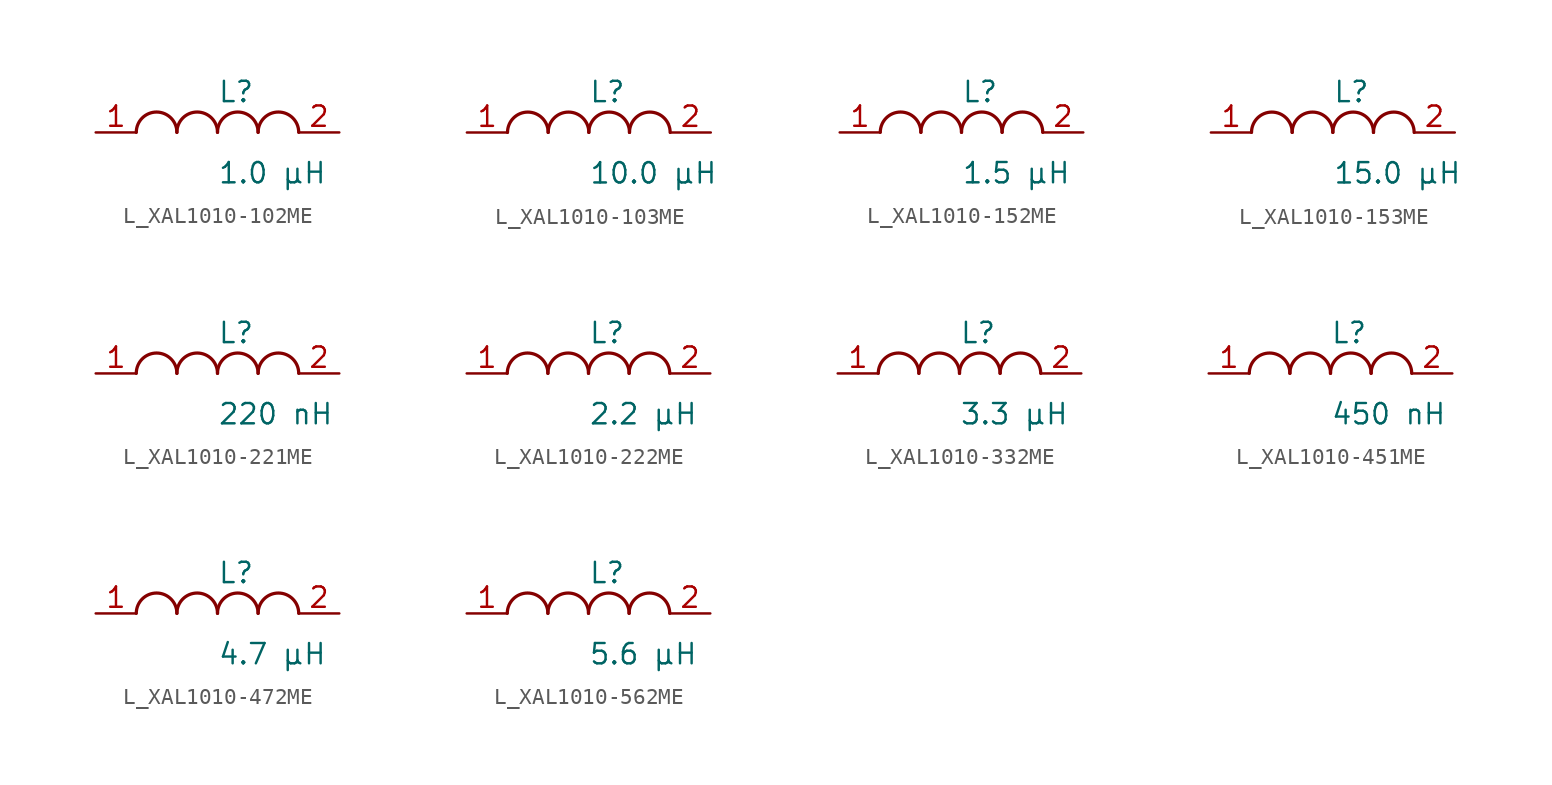
<source format=kicad_sym>
(kicad_symbol_lib
  (version 20231120)
  (generator kicad_symbol_editor)
  (generator_version 8.0)
  (symbol "L_XAL1010-102ME"
    (pin_names
      (offset 0.254))
    (property "Reference" "L"
      (at 0.0 2.54 0)
      (effects (font (size 1.27 1.27)) (justify left)))
    (property "Value" "1.0 µH"
      (at 0.0 -2.54 0)
      (effects (font (size 1.27 1.27)) (justify left)))
    (symbol "L_XAL1010-102ME_1_1"
      (arc (start -2.54 0.0056) (mid -3.81 1.27) (end -5.08 0.0056) (stroke (width 0.2032) (type default)) (fill (type none)))
      (arc (start 0 0.0056) (mid -1.27 1.27) (end -2.54 0.0056) (stroke (width 0.2032) (type default)) (fill (type none)))
      (arc (start 2.54 0.0056) (mid 1.27 1.27) (end 0 0.0056) (stroke (width 0.2032) (type default)) (fill (type none)))
      (arc (start 5.08 0.0056) (mid 3.81 1.27) (end 2.54 0.0056) (stroke (width 0.2032) (type default)) (fill (type none)))
      (pin unspecified line (at -7.62 0 0) (length 2.54) (name "" (effects (font (size 1.27 1.27)))) (number "1" (effects (font (size 1.27 1.27)))))
      (pin unspecified line (at 7.62 0 180) (length 2.54) (name "" (effects (font (size 1.27 1.27)))) (number "2" (effects (font (size 1.27 1.27)))))))
  (symbol "L_XAL1010-103ME"
    (pin_names
      (offset 0.254))
    (property "Reference" "L"
      (at 0.0 2.54 0)
      (effects (font (size 1.27 1.27)) (justify left)))
    (property "Value" "10.0 µH"
      (at 0.0 -2.54 0)
      (effects (font (size 1.27 1.27)) (justify left)))
    (symbol "L_XAL1010-103ME_1_1"
      (arc (start -2.54 0.0056) (mid -3.81 1.27) (end -5.08 0.0056) (stroke (width 0.2032) (type default)) (fill (type none)))
      (arc (start 0 0.0056) (mid -1.27 1.27) (end -2.54 0.0056) (stroke (width 0.2032) (type default)) (fill (type none)))
      (arc (start 2.54 0.0056) (mid 1.27 1.27) (end 0 0.0056) (stroke (width 0.2032) (type default)) (fill (type none)))
      (arc (start 5.08 0.0056) (mid 3.81 1.27) (end 2.54 0.0056) (stroke (width 0.2032) (type default)) (fill (type none)))
      (pin unspecified line (at -7.62 0 0) (length 2.54) (name "" (effects (font (size 1.27 1.27)))) (number "1" (effects (font (size 1.27 1.27)))))
      (pin unspecified line (at 7.62 0 180) (length 2.54) (name "" (effects (font (size 1.27 1.27)))) (number "2" (effects (font (size 1.27 1.27)))))))
  (symbol "L_XAL1010-152ME"
    (pin_names
      (offset 0.254))
    (property "Reference" "L"
      (at 0.0 2.54 0)
      (effects (font (size 1.27 1.27)) (justify left)))
    (property "Value" "1.5 µH"
      (at 0.0 -2.54 0)
      (effects (font (size 1.27 1.27)) (justify left)))
    (symbol "L_XAL1010-152ME_1_1"
      (arc (start -2.54 0.0056) (mid -3.81 1.27) (end -5.08 0.0056) (stroke (width 0.2032) (type default)) (fill (type none)))
      (arc (start 0 0.0056) (mid -1.27 1.27) (end -2.54 0.0056) (stroke (width 0.2032) (type default)) (fill (type none)))
      (arc (start 2.54 0.0056) (mid 1.27 1.27) (end 0 0.0056) (stroke (width 0.2032) (type default)) (fill (type none)))
      (arc (start 5.08 0.0056) (mid 3.81 1.27) (end 2.54 0.0056) (stroke (width 0.2032) (type default)) (fill (type none)))
      (pin unspecified line (at -7.62 0 0) (length 2.54) (name "" (effects (font (size 1.27 1.27)))) (number "1" (effects (font (size 1.27 1.27)))))
      (pin unspecified line (at 7.62 0 180) (length 2.54) (name "" (effects (font (size 1.27 1.27)))) (number "2" (effects (font (size 1.27 1.27)))))))
  (symbol "L_XAL1010-153ME"
    (pin_names
      (offset 0.254))
    (property "Reference" "L"
      (at 0.0 2.54 0)
      (effects (font (size 1.27 1.27)) (justify left)))
    (property "Value" "15.0 µH"
      (at 0.0 -2.54 0)
      (effects (font (size 1.27 1.27)) (justify left)))
    (symbol "L_XAL1010-153ME_1_1"
      (arc (start -2.54 0.0056) (mid -3.81 1.27) (end -5.08 0.0056) (stroke (width 0.2032) (type default)) (fill (type none)))
      (arc (start 0 0.0056) (mid -1.27 1.27) (end -2.54 0.0056) (stroke (width 0.2032) (type default)) (fill (type none)))
      (arc (start 2.54 0.0056) (mid 1.27 1.27) (end 0 0.0056) (stroke (width 0.2032) (type default)) (fill (type none)))
      (arc (start 5.08 0.0056) (mid 3.81 1.27) (end 2.54 0.0056) (stroke (width 0.2032) (type default)) (fill (type none)))
      (pin unspecified line (at -7.62 0 0) (length 2.54) (name "" (effects (font (size 1.27 1.27)))) (number "1" (effects (font (size 1.27 1.27)))))
      (pin unspecified line (at 7.62 0 180) (length 2.54) (name "" (effects (font (size 1.27 1.27)))) (number "2" (effects (font (size 1.27 1.27)))))))
  (symbol "L_XAL1010-221ME"
    (pin_names
      (offset 0.254))
    (property "Reference" "L"
      (at 0.0 2.54 0)
      (effects (font (size 1.27 1.27)) (justify left)))
    (property "Value" "220 nH"
      (at 0.0 -2.54 0)
      (effects (font (size 1.27 1.27)) (justify left)))
    (symbol "L_XAL1010-221ME_1_1"
      (arc (start -2.54 0.0056) (mid -3.81 1.27) (end -5.08 0.0056) (stroke (width 0.2032) (type default)) (fill (type none)))
      (arc (start 0 0.0056) (mid -1.27 1.27) (end -2.54 0.0056) (stroke (width 0.2032) (type default)) (fill (type none)))
      (arc (start 2.54 0.0056) (mid 1.27 1.27) (end 0 0.0056) (stroke (width 0.2032) (type default)) (fill (type none)))
      (arc (start 5.08 0.0056) (mid 3.81 1.27) (end 2.54 0.0056) (stroke (width 0.2032) (type default)) (fill (type none)))
      (pin unspecified line (at -7.62 0 0) (length 2.54) (name "" (effects (font (size 1.27 1.27)))) (number "1" (effects (font (size 1.27 1.27)))))
      (pin unspecified line (at 7.62 0 180) (length 2.54) (name "" (effects (font (size 1.27 1.27)))) (number "2" (effects (font (size 1.27 1.27)))))))
  (symbol "L_XAL1010-222ME"
    (pin_names
      (offset 0.254))
    (property "Reference" "L"
      (at 0.0 2.54 0)
      (effects (font (size 1.27 1.27)) (justify left)))
    (property "Value" "2.2 µH"
      (at 0.0 -2.54 0)
      (effects (font (size 1.27 1.27)) (justify left)))
    (symbol "L_XAL1010-222ME_1_1"
      (arc (start -2.54 0.0056) (mid -3.81 1.27) (end -5.08 0.0056) (stroke (width 0.2032) (type default)) (fill (type none)))
      (arc (start 0 0.0056) (mid -1.27 1.27) (end -2.54 0.0056) (stroke (width 0.2032) (type default)) (fill (type none)))
      (arc (start 2.54 0.0056) (mid 1.27 1.27) (end 0 0.0056) (stroke (width 0.2032) (type default)) (fill (type none)))
      (arc (start 5.08 0.0056) (mid 3.81 1.27) (end 2.54 0.0056) (stroke (width 0.2032) (type default)) (fill (type none)))
      (pin unspecified line (at -7.62 0 0) (length 2.54) (name "" (effects (font (size 1.27 1.27)))) (number "1" (effects (font (size 1.27 1.27)))))
      (pin unspecified line (at 7.62 0 180) (length 2.54) (name "" (effects (font (size 1.27 1.27)))) (number "2" (effects (font (size 1.27 1.27)))))))
  (symbol "L_XAL1010-332ME"
    (pin_names
      (offset 0.254))
    (property "Reference" "L"
      (at 0.0 2.54 0)
      (effects (font (size 1.27 1.27)) (justify left)))
    (property "Value" "3.3 µH"
      (at 0.0 -2.54 0)
      (effects (font (size 1.27 1.27)) (justify left)))
    (symbol "L_XAL1010-332ME_1_1"
      (arc (start -2.54 0.0056) (mid -3.81 1.27) (end -5.08 0.0056) (stroke (width 0.2032) (type default)) (fill (type none)))
      (arc (start 0 0.0056) (mid -1.27 1.27) (end -2.54 0.0056) (stroke (width 0.2032) (type default)) (fill (type none)))
      (arc (start 2.54 0.0056) (mid 1.27 1.27) (end 0 0.0056) (stroke (width 0.2032) (type default)) (fill (type none)))
      (arc (start 5.08 0.0056) (mid 3.81 1.27) (end 2.54 0.0056) (stroke (width 0.2032) (type default)) (fill (type none)))
      (pin unspecified line (at -7.62 0 0) (length 2.54) (name "" (effects (font (size 1.27 1.27)))) (number "1" (effects (font (size 1.27 1.27)))))
      (pin unspecified line (at 7.62 0 180) (length 2.54) (name "" (effects (font (size 1.27 1.27)))) (number "2" (effects (font (size 1.27 1.27)))))))
  (symbol "L_XAL1010-451ME"
    (pin_names
      (offset 0.254))
    (property "Reference" "L"
      (at 0.0 2.54 0)
      (effects (font (size 1.27 1.27)) (justify left)))
    (property "Value" "450 nH"
      (at 0.0 -2.54 0)
      (effects (font (size 1.27 1.27)) (justify left)))
    (symbol "L_XAL1010-451ME_1_1"
      (arc (start -2.54 0.0056) (mid -3.81 1.27) (end -5.08 0.0056) (stroke (width 0.2032) (type default)) (fill (type none)))
      (arc (start 0 0.0056) (mid -1.27 1.27) (end -2.54 0.0056) (stroke (width 0.2032) (type default)) (fill (type none)))
      (arc (start 2.54 0.0056) (mid 1.27 1.27) (end 0 0.0056) (stroke (width 0.2032) (type default)) (fill (type none)))
      (arc (start 5.08 0.0056) (mid 3.81 1.27) (end 2.54 0.0056) (stroke (width 0.2032) (type default)) (fill (type none)))
      (pin unspecified line (at -7.62 0 0) (length 2.54) (name "" (effects (font (size 1.27 1.27)))) (number "1" (effects (font (size 1.27 1.27)))))
      (pin unspecified line (at 7.62 0 180) (length 2.54) (name "" (effects (font (size 1.27 1.27)))) (number "2" (effects (font (size 1.27 1.27)))))))
  (symbol "L_XAL1010-472ME"
    (pin_names
      (offset 0.254))
    (property "Reference" "L"
      (at 0.0 2.54 0)
      (effects (font (size 1.27 1.27)) (justify left)))
    (property "Value" "4.7 µH"
      (at 0.0 -2.54 0)
      (effects (font (size 1.27 1.27)) (justify left)))
    (symbol "L_XAL1010-472ME_1_1"
      (arc (start -2.54 0.0056) (mid -3.81 1.27) (end -5.08 0.0056) (stroke (width 0.2032) (type default)) (fill (type none)))
      (arc (start 0 0.0056) (mid -1.27 1.27) (end -2.54 0.0056) (stroke (width 0.2032) (type default)) (fill (type none)))
      (arc (start 2.54 0.0056) (mid 1.27 1.27) (end 0 0.0056) (stroke (width 0.2032) (type default)) (fill (type none)))
      (arc (start 5.08 0.0056) (mid 3.81 1.27) (end 2.54 0.0056) (stroke (width 0.2032) (type default)) (fill (type none)))
      (pin unspecified line (at -7.62 0 0) (length 2.54) (name "" (effects (font (size 1.27 1.27)))) (number "1" (effects (font (size 1.27 1.27)))))
      (pin unspecified line (at 7.62 0 180) (length 2.54) (name "" (effects (font (size 1.27 1.27)))) (number "2" (effects (font (size 1.27 1.27)))))))
  (symbol "L_XAL1010-562ME"
    (pin_names
      (offset 0.254))
    (property "Reference" "L"
      (at 0.0 2.54 0)
      (effects (font (size 1.27 1.27)) (justify left)))
    (property "Value" "5.6 µH"
      (at 0.0 -2.54 0)
      (effects (font (size 1.27 1.27)) (justify left)))
    (symbol "L_XAL1010-562ME_1_1"
      (arc (start -2.54 0.0056) (mid -3.81 1.27) (end -5.08 0.0056) (stroke (width 0.2032) (type default)) (fill (type none)))
      (arc (start 0 0.0056) (mid -1.27 1.27) (end -2.54 0.0056) (stroke (width 0.2032) (type default)) (fill (type none)))
      (arc (start 2.54 0.0056) (mid 1.27 1.27) (end 0 0.0056) (stroke (width 0.2032) (type default)) (fill (type none)))
      (arc (start 5.08 0.0056) (mid 3.81 1.27) (end 2.54 0.0056) (stroke (width 0.2032) (type default)) (fill (type none)))
      (pin unspecified line (at -7.62 0 0) (length 2.54) (name "" (effects (font (size 1.27 1.27)))) (number "1" (effects (font (size 1.27 1.27)))))
      (pin unspecified line (at 7.62 0 180) (length 2.54) (name "" (effects (font (size 1.27 1.27)))) (number "2" (effects (font (size 1.27 1.27))))))))
</source>
